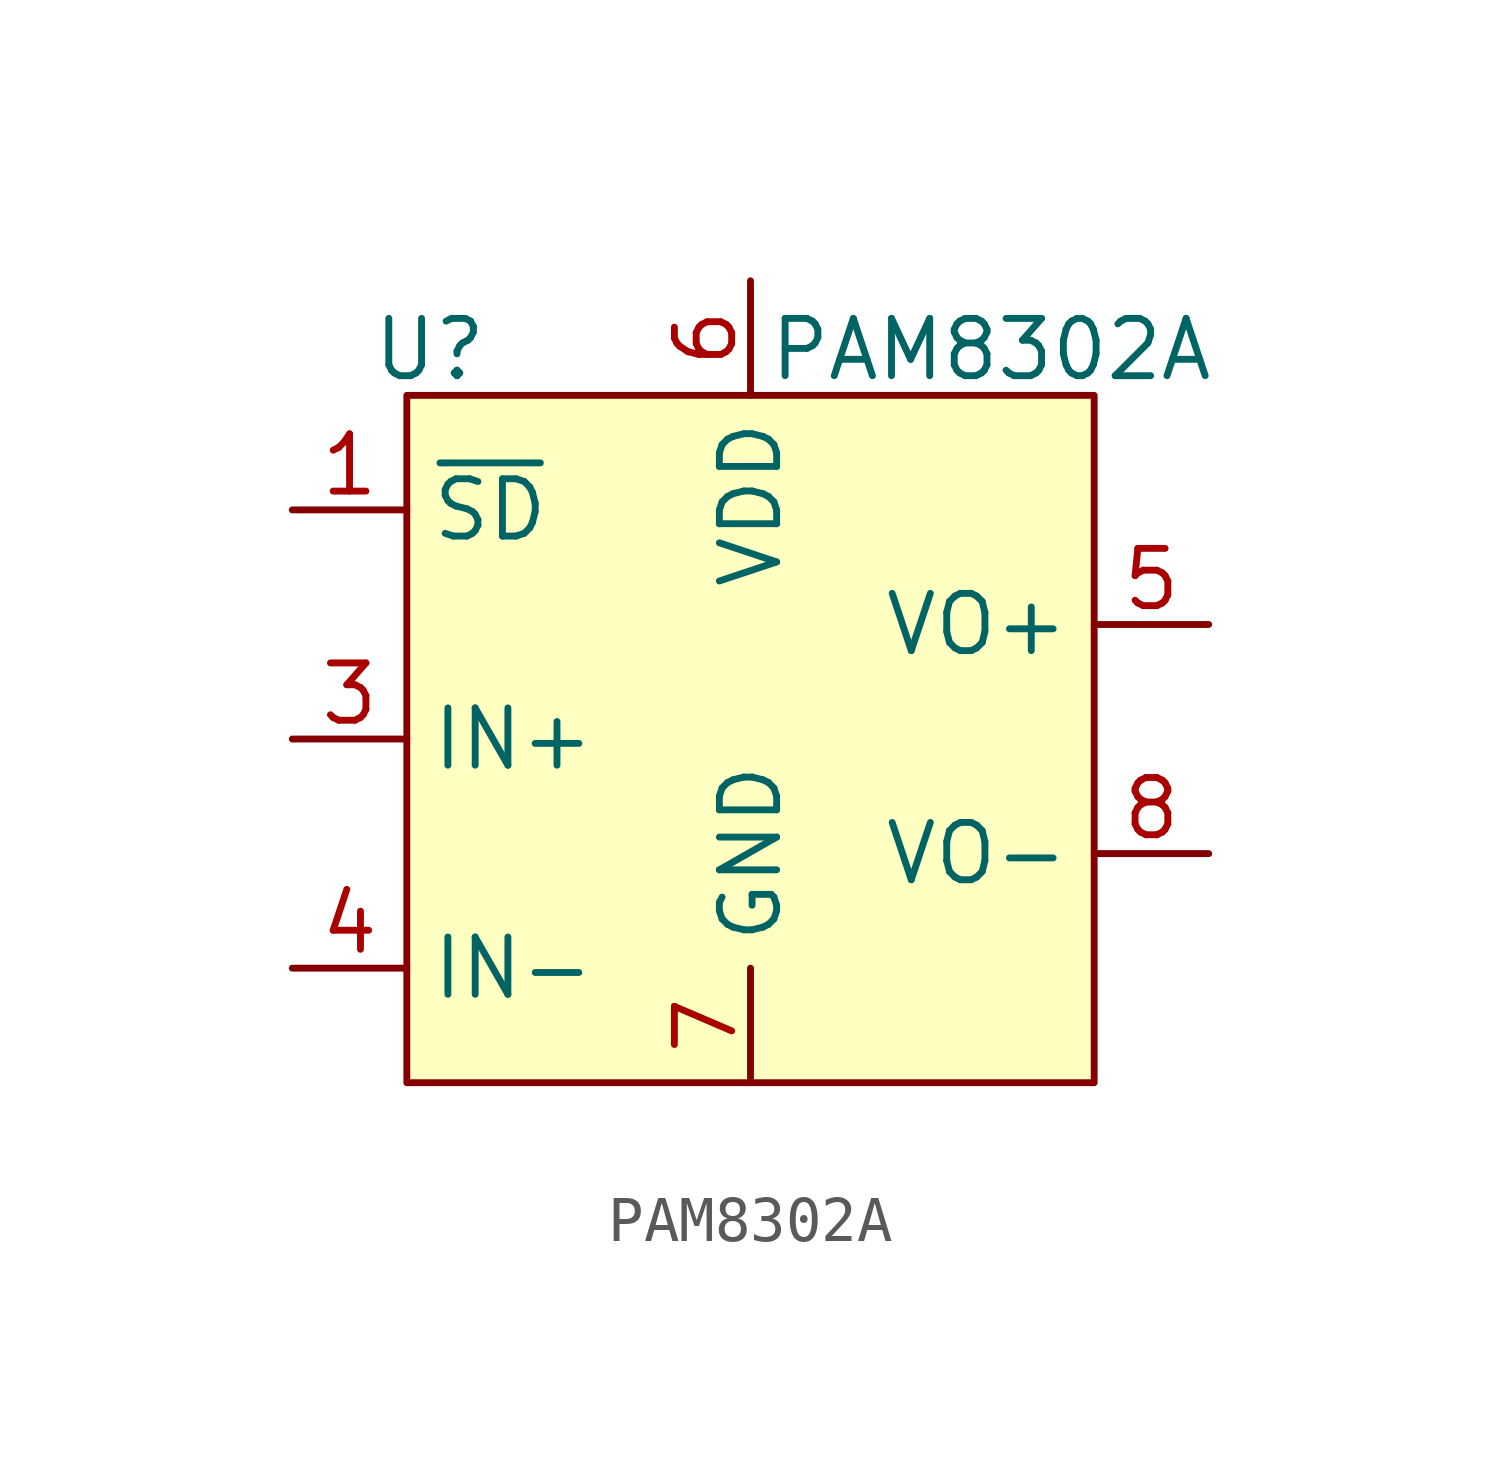
<source format=kicad_sym>
(kicad_symbol_lib
  (version 20241209)
  (generator "kicad_symbol_editor")
  (generator_version "9.0")
  (symbol "PAM8302A"
    (property "Reference" "U"
      (at -7.112 8.636 0)
      (effects (font (size 1.27 1.27))))
    (property "Value" "PAM8302A"
      (at 5.334 8.636 0)
      (effects (font (size 1.27 1.27))))
    (symbol "PAM8302A_1_1"
      (rectangle (start -7.62 7.62) (end 7.62 -7.62) (stroke (width 0) (type solid)) (fill (type background)))
      (pin bidirectional line (at -10.16 5.08 0) (length 2.54) (name "~{SD}" (effects (font (size 1.27 1.27)))) (number "1" (effects (font (size 1.27 1.27)))))
      (pin bidirectional line (at -10.16 0 0) (length 2.54) (name "IN+" (effects (font (size 1.27 1.27)))) (number "3" (effects (font (size 1.27 1.27)))))
      (pin bidirectional line (at -10.16 -5.08 0) (length 2.54) (name "IN-" (effects (font (size 1.27 1.27)))) (number "4" (effects (font (size 1.27 1.27)))))
      (pin power_in line (at 0 10.16 270) (length 2.54) (name "VDD" (effects (font (size 1.27 1.27)))) (number "6" (effects (font (size 1.27 1.27)))))
      (pin power_in line (at 0 -7.62 90) (length 2.54) (name "GND" (effects (font (size 1.27 1.27)))) (number "7" (effects (font (size 1.27 1.27)))))
      (pin bidirectional line (at 10.16 2.54 180) (length 2.54) (name "VO+" (effects (font (size 1.27 1.27)))) (number "5" (effects (font (size 1.27 1.27)))))
      (pin bidirectional line (at 10.16 -2.54 180) (length 2.54) (name "VO-" (effects (font (size 1.27 1.27)))) (number "8" (effects (font (size 1.27 1.27))))))))
</source>
